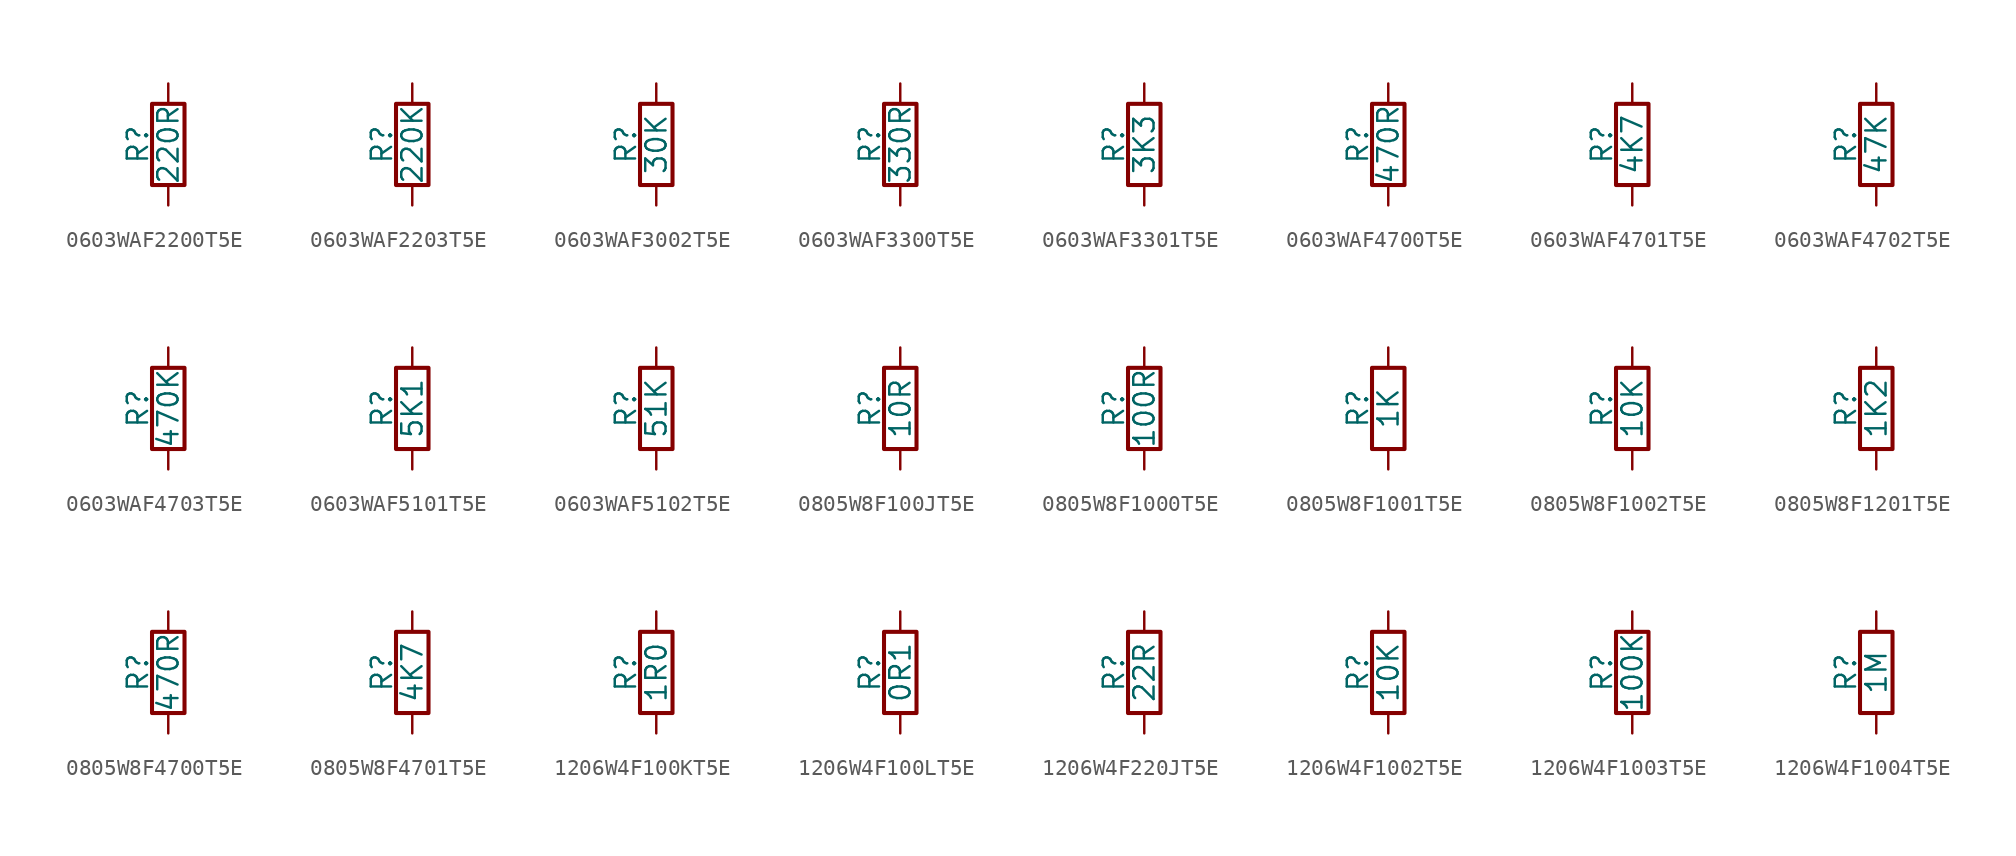
<source format=kicad_sym>
(kicad_symbol_lib
  (version 20211014)
  (generator conandllu_kicad_symbol_generator_20230404_23:29:43)
  (symbol "0603WAF2200T5E"
    (pin_numbers hide)
    (pin_names
      (offset 0))
    (property "Reference" "R"
      (at -1.905 0 90)
      (effects (font (size 1.27 1.27))))
    (property "Value" "220R"
      (at 0 0 90)
      (effects (font (size 1.27 1.27))))
    (symbol "0603WAF2200T5E_0_1"
      (rectangle (start -1.016 -2.54) (end 1.016 2.54) (stroke (width 0.254) (type default) (color 0 0 0 0)) (fill (type none))))
    (symbol "0603WAF2200T5E_1_1"
      (pin passive line (at 0 3.81 270) (length 1.27) (name "~" (effects (font (size 1.27 1.27)))) (number "1" (effects (font (size 1.27 1.27)))))
      (pin passive line (at 0 -3.81 90) (length 1.27) (name "~" (effects (font (size 1.27 1.27)))) (number "2" (effects (font (size 1.27 1.27)))))))
  (symbol "0603WAF2203T5E"
    (pin_numbers hide)
    (pin_names
      (offset 0))
    (property "Reference" "R"
      (at -1.905 0 90)
      (effects (font (size 1.27 1.27))))
    (property "Value" "220K"
      (at 0 0 90)
      (effects (font (size 1.27 1.27))))
    (symbol "0603WAF2203T5E_0_1"
      (rectangle (start -1.016 -2.54) (end 1.016 2.54) (stroke (width 0.254) (type default) (color 0 0 0 0)) (fill (type none))))
    (symbol "0603WAF2203T5E_1_1"
      (pin passive line (at 0 3.81 270) (length 1.27) (name "~" (effects (font (size 1.27 1.27)))) (number "1" (effects (font (size 1.27 1.27)))))
      (pin passive line (at 0 -3.81 90) (length 1.27) (name "~" (effects (font (size 1.27 1.27)))) (number "2" (effects (font (size 1.27 1.27)))))))
  (symbol "0603WAF3002T5E"
    (pin_numbers hide)
    (pin_names
      (offset 0))
    (property "Reference" "R"
      (at -1.905 0 90)
      (effects (font (size 1.27 1.27))))
    (property "Value" "30K"
      (at 0 0 90)
      (effects (font (size 1.27 1.27))))
    (symbol "0603WAF3002T5E_0_1"
      (rectangle (start -1.016 -2.54) (end 1.016 2.54) (stroke (width 0.254) (type default) (color 0 0 0 0)) (fill (type none))))
    (symbol "0603WAF3002T5E_1_1"
      (pin passive line (at 0 3.81 270) (length 1.27) (name "~" (effects (font (size 1.27 1.27)))) (number "1" (effects (font (size 1.27 1.27)))))
      (pin passive line (at 0 -3.81 90) (length 1.27) (name "~" (effects (font (size 1.27 1.27)))) (number "2" (effects (font (size 1.27 1.27)))))))
  (symbol "0603WAF3300T5E"
    (pin_numbers hide)
    (pin_names
      (offset 0))
    (property "Reference" "R"
      (at -1.905 0 90)
      (effects (font (size 1.27 1.27))))
    (property "Value" "330R"
      (at 0 0 90)
      (effects (font (size 1.27 1.27))))
    (symbol "0603WAF3300T5E_0_1"
      (rectangle (start -1.016 -2.54) (end 1.016 2.54) (stroke (width 0.254) (type default) (color 0 0 0 0)) (fill (type none))))
    (symbol "0603WAF3300T5E_1_1"
      (pin passive line (at 0 3.81 270) (length 1.27) (name "~" (effects (font (size 1.27 1.27)))) (number "1" (effects (font (size 1.27 1.27)))))
      (pin passive line (at 0 -3.81 90) (length 1.27) (name "~" (effects (font (size 1.27 1.27)))) (number "2" (effects (font (size 1.27 1.27)))))))
  (symbol "0603WAF3301T5E"
    (pin_numbers hide)
    (pin_names
      (offset 0))
    (property "Reference" "R"
      (at -1.905 0 90)
      (effects (font (size 1.27 1.27))))
    (property "Value" "3K3"
      (at 0 0 90)
      (effects (font (size 1.27 1.27))))
    (symbol "0603WAF3301T5E_0_1"
      (rectangle (start -1.016 -2.54) (end 1.016 2.54) (stroke (width 0.254) (type default) (color 0 0 0 0)) (fill (type none))))
    (symbol "0603WAF3301T5E_1_1"
      (pin passive line (at 0 3.81 270) (length 1.27) (name "~" (effects (font (size 1.27 1.27)))) (number "1" (effects (font (size 1.27 1.27)))))
      (pin passive line (at 0 -3.81 90) (length 1.27) (name "~" (effects (font (size 1.27 1.27)))) (number "2" (effects (font (size 1.27 1.27)))))))
  (symbol "0603WAF4700T5E"
    (pin_numbers hide)
    (pin_names
      (offset 0))
    (property "Reference" "R"
      (at -1.905 0 90)
      (effects (font (size 1.27 1.27))))
    (property "Value" "470R"
      (at 0 0 90)
      (effects (font (size 1.27 1.27))))
    (symbol "0603WAF4700T5E_0_1"
      (rectangle (start -1.016 -2.54) (end 1.016 2.54) (stroke (width 0.254) (type default) (color 0 0 0 0)) (fill (type none))))
    (symbol "0603WAF4700T5E_1_1"
      (pin passive line (at 0 3.81 270) (length 1.27) (name "~" (effects (font (size 1.27 1.27)))) (number "1" (effects (font (size 1.27 1.27)))))
      (pin passive line (at 0 -3.81 90) (length 1.27) (name "~" (effects (font (size 1.27 1.27)))) (number "2" (effects (font (size 1.27 1.27)))))))
  (symbol "0603WAF4701T5E"
    (pin_numbers hide)
    (pin_names
      (offset 0))
    (property "Reference" "R"
      (at -1.905 0 90)
      (effects (font (size 1.27 1.27))))
    (property "Value" "4K7"
      (at 0 0 90)
      (effects (font (size 1.27 1.27))))
    (symbol "0603WAF4701T5E_0_1"
      (rectangle (start -1.016 -2.54) (end 1.016 2.54) (stroke (width 0.254) (type default) (color 0 0 0 0)) (fill (type none))))
    (symbol "0603WAF4701T5E_1_1"
      (pin passive line (at 0 3.81 270) (length 1.27) (name "~" (effects (font (size 1.27 1.27)))) (number "1" (effects (font (size 1.27 1.27)))))
      (pin passive line (at 0 -3.81 90) (length 1.27) (name "~" (effects (font (size 1.27 1.27)))) (number "2" (effects (font (size 1.27 1.27)))))))
  (symbol "0603WAF4702T5E"
    (pin_numbers hide)
    (pin_names
      (offset 0))
    (property "Reference" "R"
      (at -1.905 0 90)
      (effects (font (size 1.27 1.27))))
    (property "Value" "47K"
      (at 0 0 90)
      (effects (font (size 1.27 1.27))))
    (symbol "0603WAF4702T5E_0_1"
      (rectangle (start -1.016 -2.54) (end 1.016 2.54) (stroke (width 0.254) (type default) (color 0 0 0 0)) (fill (type none))))
    (symbol "0603WAF4702T5E_1_1"
      (pin passive line (at 0 3.81 270) (length 1.27) (name "~" (effects (font (size 1.27 1.27)))) (number "1" (effects (font (size 1.27 1.27)))))
      (pin passive line (at 0 -3.81 90) (length 1.27) (name "~" (effects (font (size 1.27 1.27)))) (number "2" (effects (font (size 1.27 1.27)))))))
  (symbol "0603WAF4703T5E"
    (pin_numbers hide)
    (pin_names
      (offset 0))
    (property "Reference" "R"
      (at -1.905 0 90)
      (effects (font (size 1.27 1.27))))
    (property "Value" "470K"
      (at 0 0 90)
      (effects (font (size 1.27 1.27))))
    (symbol "0603WAF4703T5E_0_1"
      (rectangle (start -1.016 -2.54) (end 1.016 2.54) (stroke (width 0.254) (type default) (color 0 0 0 0)) (fill (type none))))
    (symbol "0603WAF4703T5E_1_1"
      (pin passive line (at 0 3.81 270) (length 1.27) (name "~" (effects (font (size 1.27 1.27)))) (number "1" (effects (font (size 1.27 1.27)))))
      (pin passive line (at 0 -3.81 90) (length 1.27) (name "~" (effects (font (size 1.27 1.27)))) (number "2" (effects (font (size 1.27 1.27)))))))
  (symbol "0603WAF5101T5E"
    (pin_numbers hide)
    (pin_names
      (offset 0))
    (property "Reference" "R"
      (at -1.905 0 90)
      (effects (font (size 1.27 1.27))))
    (property "Value" "5K1"
      (at 0 0 90)
      (effects (font (size 1.27 1.27))))
    (symbol "0603WAF5101T5E_0_1"
      (rectangle (start -1.016 -2.54) (end 1.016 2.54) (stroke (width 0.254) (type default) (color 0 0 0 0)) (fill (type none))))
    (symbol "0603WAF5101T5E_1_1"
      (pin passive line (at 0 3.81 270) (length 1.27) (name "~" (effects (font (size 1.27 1.27)))) (number "1" (effects (font (size 1.27 1.27)))))
      (pin passive line (at 0 -3.81 90) (length 1.27) (name "~" (effects (font (size 1.27 1.27)))) (number "2" (effects (font (size 1.27 1.27)))))))
  (symbol "0603WAF5102T5E"
    (pin_numbers hide)
    (pin_names
      (offset 0))
    (property "Reference" "R"
      (at -1.905 0 90)
      (effects (font (size 1.27 1.27))))
    (property "Value" "51K"
      (at 0 0 90)
      (effects (font (size 1.27 1.27))))
    (symbol "0603WAF5102T5E_0_1"
      (rectangle (start -1.016 -2.54) (end 1.016 2.54) (stroke (width 0.254) (type default) (color 0 0 0 0)) (fill (type none))))
    (symbol "0603WAF5102T5E_1_1"
      (pin passive line (at 0 3.81 270) (length 1.27) (name "~" (effects (font (size 1.27 1.27)))) (number "1" (effects (font (size 1.27 1.27)))))
      (pin passive line (at 0 -3.81 90) (length 1.27) (name "~" (effects (font (size 1.27 1.27)))) (number "2" (effects (font (size 1.27 1.27)))))))
  (symbol "0805W8F100JT5E"
    (pin_numbers hide)
    (pin_names
      (offset 0))
    (property "Reference" "R"
      (at -1.905 0 90)
      (effects (font (size 1.27 1.27))))
    (property "Value" "10R"
      (at 0 0 90)
      (effects (font (size 1.27 1.27))))
    (symbol "0805W8F100JT5E_0_1"
      (rectangle (start -1.016 -2.54) (end 1.016 2.54) (stroke (width 0.254) (type default) (color 0 0 0 0)) (fill (type none))))
    (symbol "0805W8F100JT5E_1_1"
      (pin passive line (at 0 3.81 270) (length 1.27) (name "~" (effects (font (size 1.27 1.27)))) (number "1" (effects (font (size 1.27 1.27)))))
      (pin passive line (at 0 -3.81 90) (length 1.27) (name "~" (effects (font (size 1.27 1.27)))) (number "2" (effects (font (size 1.27 1.27)))))))
  (symbol "0805W8F1000T5E"
    (pin_numbers hide)
    (pin_names
      (offset 0))
    (property "Reference" "R"
      (at -1.905 0 90)
      (effects (font (size 1.27 1.27))))
    (property "Value" "100R "
      (at 0 0 90)
      (effects (font (size 1.27 1.27))))
    (symbol "0805W8F1000T5E_0_1"
      (rectangle (start -1.016 -2.54) (end 1.016 2.54) (stroke (width 0.254) (type default) (color 0 0 0 0)) (fill (type none))))
    (symbol "0805W8F1000T5E_1_1"
      (pin passive line (at 0 3.81 270) (length 1.27) (name "~" (effects (font (size 1.27 1.27)))) (number "1" (effects (font (size 1.27 1.27)))))
      (pin passive line (at 0 -3.81 90) (length 1.27) (name "~" (effects (font (size 1.27 1.27)))) (number "2" (effects (font (size 1.27 1.27)))))))
  (symbol "0805W8F1001T5E"
    (pin_numbers hide)
    (pin_names
      (offset 0))
    (property "Reference" "R"
      (at -1.905 0 90)
      (effects (font (size 1.27 1.27))))
    (property "Value" "1K"
      (at 0 0 90)
      (effects (font (size 1.27 1.27))))
    (symbol "0805W8F1001T5E_0_1"
      (rectangle (start -1.016 -2.54) (end 1.016 2.54) (stroke (width 0.254) (type default) (color 0 0 0 0)) (fill (type none))))
    (symbol "0805W8F1001T5E_1_1"
      (pin passive line (at 0 3.81 270) (length 1.27) (name "~" (effects (font (size 1.27 1.27)))) (number "1" (effects (font (size 1.27 1.27)))))
      (pin passive line (at 0 -3.81 90) (length 1.27) (name "~" (effects (font (size 1.27 1.27)))) (number "2" (effects (font (size 1.27 1.27)))))))
  (symbol "0805W8F1002T5E"
    (pin_numbers hide)
    (pin_names
      (offset 0))
    (property "Reference" "R"
      (at -1.905 0 90)
      (effects (font (size 1.27 1.27))))
    (property "Value" "10K"
      (at 0 0 90)
      (effects (font (size 1.27 1.27))))
    (symbol "0805W8F1002T5E_0_1"
      (rectangle (start -1.016 -2.54) (end 1.016 2.54) (stroke (width 0.254) (type default) (color 0 0 0 0)) (fill (type none))))
    (symbol "0805W8F1002T5E_1_1"
      (pin passive line (at 0 3.81 270) (length 1.27) (name "~" (effects (font (size 1.27 1.27)))) (number "1" (effects (font (size 1.27 1.27)))))
      (pin passive line (at 0 -3.81 90) (length 1.27) (name "~" (effects (font (size 1.27 1.27)))) (number "2" (effects (font (size 1.27 1.27)))))))
  (symbol "0805W8F1201T5E"
    (pin_numbers hide)
    (pin_names
      (offset 0))
    (property "Reference" "R"
      (at -1.905 0 90)
      (effects (font (size 1.27 1.27))))
    (property "Value" "1K2"
      (at 0 0 90)
      (effects (font (size 1.27 1.27))))
    (symbol "0805W8F1201T5E_0_1"
      (rectangle (start -1.016 -2.54) (end 1.016 2.54) (stroke (width 0.254) (type default) (color 0 0 0 0)) (fill (type none))))
    (symbol "0805W8F1201T5E_1_1"
      (pin passive line (at 0 3.81 270) (length 1.27) (name "~" (effects (font (size 1.27 1.27)))) (number "1" (effects (font (size 1.27 1.27)))))
      (pin passive line (at 0 -3.81 90) (length 1.27) (name "~" (effects (font (size 1.27 1.27)))) (number "2" (effects (font (size 1.27 1.27)))))))
  (symbol "0805W8F4700T5E"
    (pin_numbers hide)
    (pin_names
      (offset 0))
    (property "Reference" "R"
      (at -1.905 0 90)
      (effects (font (size 1.27 1.27))))
    (property "Value" "470R"
      (at 0 0 90)
      (effects (font (size 1.27 1.27))))
    (symbol "0805W8F4700T5E_0_1"
      (rectangle (start -1.016 -2.54) (end 1.016 2.54) (stroke (width 0.254) (type default) (color 0 0 0 0)) (fill (type none))))
    (symbol "0805W8F4700T5E_1_1"
      (pin passive line (at 0 3.81 270) (length 1.27) (name "~" (effects (font (size 1.27 1.27)))) (number "1" (effects (font (size 1.27 1.27)))))
      (pin passive line (at 0 -3.81 90) (length 1.27) (name "~" (effects (font (size 1.27 1.27)))) (number "2" (effects (font (size 1.27 1.27)))))))
  (symbol "0805W8F4701T5E"
    (pin_numbers hide)
    (pin_names
      (offset 0))
    (property "Reference" "R"
      (at -1.905 0 90)
      (effects (font (size 1.27 1.27))))
    (property "Value" "4K7"
      (at 0 0 90)
      (effects (font (size 1.27 1.27))))
    (symbol "0805W8F4701T5E_0_1"
      (rectangle (start -1.016 -2.54) (end 1.016 2.54) (stroke (width 0.254) (type default) (color 0 0 0 0)) (fill (type none))))
    (symbol "0805W8F4701T5E_1_1"
      (pin passive line (at 0 3.81 270) (length 1.27) (name "~" (effects (font (size 1.27 1.27)))) (number "1" (effects (font (size 1.27 1.27)))))
      (pin passive line (at 0 -3.81 90) (length 1.27) (name "~" (effects (font (size 1.27 1.27)))) (number "2" (effects (font (size 1.27 1.27)))))))
  (symbol "1206W4F100KT5E"
    (pin_numbers hide)
    (pin_names
      (offset 0))
    (property "Reference" "R"
      (at -1.905 0 90)
      (effects (font (size 1.27 1.27))))
    (property "Value" "1R0"
      (at 0 0 90)
      (effects (font (size 1.27 1.27))))
    (symbol "1206W4F100KT5E_0_1"
      (rectangle (start -1.016 -2.54) (end 1.016 2.54) (stroke (width 0.254) (type default) (color 0 0 0 0)) (fill (type none))))
    (symbol "1206W4F100KT5E_1_1"
      (pin passive line (at 0 3.81 270) (length 1.27) (name "~" (effects (font (size 1.27 1.27)))) (number "1" (effects (font (size 1.27 1.27)))))
      (pin passive line (at 0 -3.81 90) (length 1.27) (name "~" (effects (font (size 1.27 1.27)))) (number "2" (effects (font (size 1.27 1.27)))))))
  (symbol "1206W4F100LT5E"
    (pin_numbers hide)
    (pin_names
      (offset 0))
    (property "Reference" "R"
      (at -1.905 0 90)
      (effects (font (size 1.27 1.27))))
    (property "Value" "0R1"
      (at 0 0 90)
      (effects (font (size 1.27 1.27))))
    (symbol "1206W4F100LT5E_0_1"
      (rectangle (start -1.016 -2.54) (end 1.016 2.54) (stroke (width 0.254) (type default) (color 0 0 0 0)) (fill (type none))))
    (symbol "1206W4F100LT5E_1_1"
      (pin passive line (at 0 3.81 270) (length 1.27) (name "~" (effects (font (size 1.27 1.27)))) (number "1" (effects (font (size 1.27 1.27)))))
      (pin passive line (at 0 -3.81 90) (length 1.27) (name "~" (effects (font (size 1.27 1.27)))) (number "2" (effects (font (size 1.27 1.27)))))))
  (symbol "1206W4F220JT5E"
    (pin_numbers hide)
    (pin_names
      (offset 0))
    (property "Reference" "R"
      (at -1.905 0 90)
      (effects (font (size 1.27 1.27))))
    (property "Value" "22R"
      (at 0 0 90)
      (effects (font (size 1.27 1.27))))
    (symbol "1206W4F220JT5E_0_1"
      (rectangle (start -1.016 -2.54) (end 1.016 2.54) (stroke (width 0.254) (type default) (color 0 0 0 0)) (fill (type none))))
    (symbol "1206W4F220JT5E_1_1"
      (pin passive line (at 0 3.81 270) (length 1.27) (name "~" (effects (font (size 1.27 1.27)))) (number "1" (effects (font (size 1.27 1.27)))))
      (pin passive line (at 0 -3.81 90) (length 1.27) (name "~" (effects (font (size 1.27 1.27)))) (number "2" (effects (font (size 1.27 1.27)))))))
  (symbol "1206W4F1002T5E"
    (pin_numbers hide)
    (pin_names
      (offset 0))
    (property "Reference" "R"
      (at -1.905 0 90)
      (effects (font (size 1.27 1.27))))
    (property "Value" "10K"
      (at 0 0 90)
      (effects (font (size 1.27 1.27))))
    (symbol "1206W4F1002T5E_0_1"
      (rectangle (start -1.016 -2.54) (end 1.016 2.54) (stroke (width 0.254) (type default) (color 0 0 0 0)) (fill (type none))))
    (symbol "1206W4F1002T5E_1_1"
      (pin passive line (at 0 3.81 270) (length 1.27) (name "~" (effects (font (size 1.27 1.27)))) (number "1" (effects (font (size 1.27 1.27)))))
      (pin passive line (at 0 -3.81 90) (length 1.27) (name "~" (effects (font (size 1.27 1.27)))) (number "2" (effects (font (size 1.27 1.27)))))))
  (symbol "1206W4F1003T5E"
    (pin_numbers hide)
    (pin_names
      (offset 0))
    (property "Reference" "R"
      (at -1.905 0 90)
      (effects (font (size 1.27 1.27))))
    (property "Value" "100K"
      (at 0 0 90)
      (effects (font (size 1.27 1.27))))
    (symbol "1206W4F1003T5E_0_1"
      (rectangle (start -1.016 -2.54) (end 1.016 2.54) (stroke (width 0.254) (type default) (color 0 0 0 0)) (fill (type none))))
    (symbol "1206W4F1003T5E_1_1"
      (pin passive line (at 0 3.81 270) (length 1.27) (name "~" (effects (font (size 1.27 1.27)))) (number "1" (effects (font (size 1.27 1.27)))))
      (pin passive line (at 0 -3.81 90) (length 1.27) (name "~" (effects (font (size 1.27 1.27)))) (number "2" (effects (font (size 1.27 1.27)))))))
  (symbol "1206W4F1004T5E"
    (pin_numbers hide)
    (pin_names
      (offset 0))
    (property "Reference" "R"
      (at -1.905 0 90)
      (effects (font (size 1.27 1.27))))
    (property "Value" "1M"
      (at 0 0 90)
      (effects (font (size 1.27 1.27))))
    (symbol "1206W4F1004T5E_0_1"
      (rectangle (start -1.016 -2.54) (end 1.016 2.54) (stroke (width 0.254) (type default) (color 0 0 0 0)) (fill (type none))))
    (symbol "1206W4F1004T5E_1_1"
      (pin passive line (at 0 3.81 270) (length 1.27) (name "~" (effects (font (size 1.27 1.27)))) (number "1" (effects (font (size 1.27 1.27)))))
      (pin passive line (at 0 -3.81 90) (length 1.27) (name "~" (effects (font (size 1.27 1.27)))) (number "2" (effects (font (size 1.27 1.27))))))))
</source>
